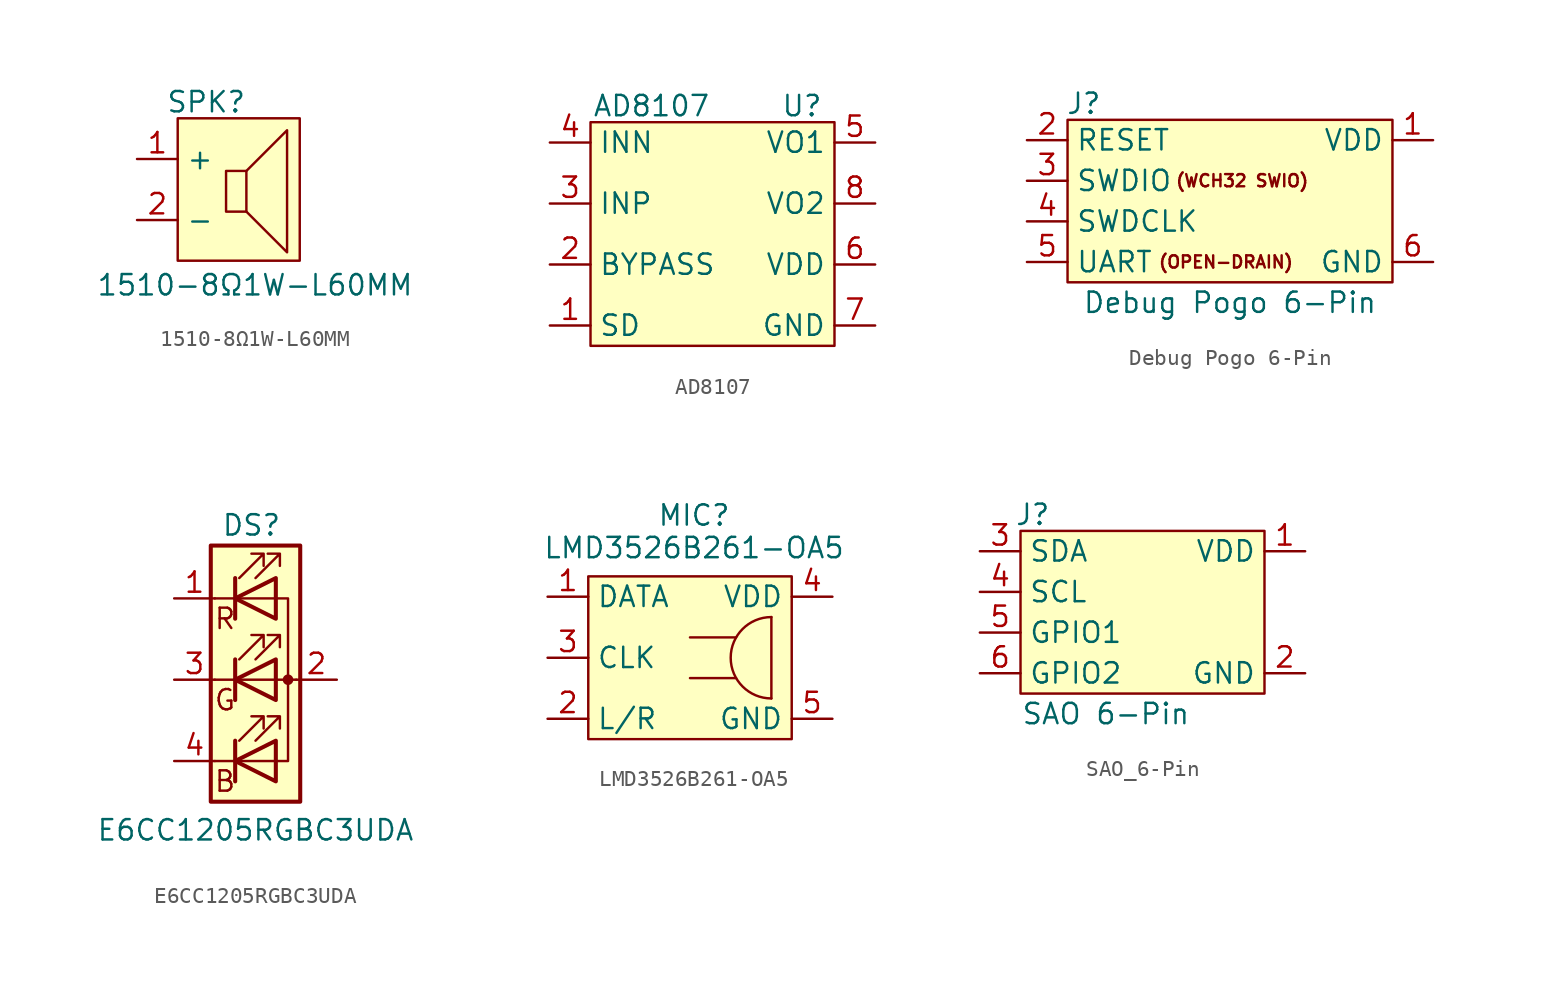
<source format=kicad_sym>
(kicad_symbol_lib
  (version 20241209)
  (generator "kicad_symbol_editor")
  (generator_version "9.0")
  (symbol "1510-8Ω1W-L60MM"
    (property "Reference" "SPK"
      (at -2.032 4.826 0)
      (effects (font (size 1.27 1.27))))
    (property "Value" "1510-8Ω1W-L60MM"
      (at 1.016 -6.604 0)
      (effects (font (size 1.27 1.27))))
    (symbol "1510-8Ω1W-L60MM_0_1"
      (polyline (pts (xy 0.478 0.524) (xy 3.018 3.064) (xy 3.018 -4.556) (xy 0.478 -2.016)) (stroke (width 0) (type default)) (fill (type none)))
      (polyline (pts (xy 0.478 0.524) (xy -0.791 0.524) (xy -0.791 -2.016) (xy 0.478 -2.016) (xy 0.478 0.524)) (stroke (width 0) (type default)) (fill (type none))))
    (symbol "1510-8Ω1W-L60MM_1_1"
      (rectangle (start -3.81 3.81) (end 3.81 -5.08) (stroke (width 0) (type solid)) (fill (type color) (color 255 255 194 1)))
      (pin input line (at -6.35 1.27 0) (length 2.54) (name "+" (effects (font (size 1.27 1.27)))) (number "1" (effects (font (size 1.27 1.27)))))
      (pin input line (at -6.35 -2.54 0) (length 2.54) (name "-" (effects (font (size 1.27 1.27)))) (number "2" (effects (font (size 1.27 1.27)))))))
  (symbol "AD8107"
    (property "Reference" "U"
      (at 5.588 7.366 0)
      (effects (font (size 1.27 1.27))))
    (property "Value" "AD8107"
      (at -3.81 7.366 0)
      (effects (font (size 1.27 1.27))))
    (symbol "AD8107_1_1"
      (rectangle (start -7.62 6.35) (end 7.62 -7.62) (stroke (width 0) (type solid)) (fill (type color) (color 255 255 194 1)))
      (pin input line (at -10.16 5.08 0) (length 2.54) (name "INN" (effects (font (size 1.27 1.27)))) (number "4" (effects (font (size 1.27 1.27)))))
      (pin passive line (at -10.16 1.27 0) (length 2.54) (name "INP" (effects (font (size 1.27 1.27)))) (number "3" (effects (font (size 1.27 1.27)))))
      (pin passive line (at -10.16 -2.54 0) (length 2.54) (name "BYPASS" (effects (font (size 1.27 1.27)))) (number "2" (effects (font (size 1.27 1.27)))))
      (pin input line (at -10.16 -6.35 0) (length 2.54) (name "SD" (effects (font (size 1.27 1.27)))) (number "1" (effects (font (size 1.27 1.27)))))
      (pin output line (at 10.16 5.08 180) (length 2.54) (name "VO1" (effects (font (size 1.27 1.27)))) (number "5" (effects (font (size 1.27 1.27)))))
      (pin output line (at 10.16 1.27 180) (length 2.54) (name "VO2" (effects (font (size 1.27 1.27)))) (number "8" (effects (font (size 1.27 1.27)))))
      (pin power_in line (at 10.16 -2.54 180) (length 2.54) (name "VDD" (effects (font (size 1.27 1.27)))) (number "6" (effects (font (size 1.27 1.27)))))
      (pin power_in line (at 10.16 -6.35 180) (length 2.54) (name "GND" (effects (font (size 1.27 1.27)))) (number "7" (effects (font (size 1.27 1.27)))))))
  (symbol "Debug Pogo 6-Pin"
    (property "Reference" "J"
      (at -9.144 6.096 0)
      (effects (font (size 1.27 1.27))))
    (property "Value" "Debug Pogo 6-Pin"
      (at 0 -6.35 0)
      (effects (font (size 1.27 1.27))))
    (symbol "Debug Pogo 6-Pin_1_1"
      (rectangle (start -10.16 5.08) (end 10.16 -5.08) (stroke (width 0) (type solid)) (fill (type color) (color 255 255 194 1)))
      (text "(OPEN-DRAIN)" (at -0.254 -3.81 0) (effects (font (size 0.762 0.762))))
      (text "(WCH32 SWIO)" (at 0.762 1.27 0) (effects (font (size 0.762 0.762))))
      (pin passive line (at -12.7 3.81 0) (length 2.54) (name "RESET" (effects (font (size 1.27 1.27)))) (number "2" (effects (font (size 1.27 1.27)))))
      (pin passive line (at -12.7 1.27 0) (length 2.54) (name "SWDIO" (effects (font (size 1.27 1.27)))) (number "3" (effects (font (size 1.27 1.27)))))
      (pin passive line (at -12.7 -1.27 0) (length 2.54) (name "SWDCLK" (effects (font (size 1.27 1.27)))) (number "4" (effects (font (size 1.27 1.27)))))
      (pin passive line (at -12.7 -3.81 0) (length 2.54) (name "UART" (effects (font (size 1.27 1.27)))) (number "5" (effects (font (size 1.27 1.27)))))
      (pin power_in line (at 12.7 3.81 180) (length 2.54) (name "VDD" (effects (font (size 1.27 1.27)))) (number "1" (effects (font (size 1.27 1.27)))))
      (pin power_in line (at 12.7 -3.81 180) (length 2.54) (name "GND" (effects (font (size 1.27 1.27)))) (number "6" (effects (font (size 1.27 1.27)))))))
  (symbol "E6CC1205RGBC3UDA"
    (pin_names
      (hide yes))
    (property "Reference" "DS"
      (at -0.254 9.652 0)
      (effects (font (size 1.27 1.27))))
    (property "Value" "E6CC1205RGBC3UDA"
      (at 0 -9.398 0)
      (effects (font (size 1.27 1.27))))
    (symbol "E6CC1205RGBC3UDA_0_0"
      (text "R" (at -1.905 3.81 0) (effects (font (size 1.27 1.27))))
      (text "G" (at -1.905 -1.27 0) (effects (font (size 1.27 1.27))))
      (text "B" (at -1.905 -6.35 0) (effects (font (size 1.27 1.27)))))
    (symbol "E6CC1205RGBC3UDA_0_1"
      (rectangle (start -2.794 8.382) (end 2.794 -7.62) (stroke (width 0.254) (type default)) (fill (type background)))
      (polyline (pts (xy -2.54 -5.08) (xy 1.27 -5.08)) (stroke (width 0) (type default)) (fill (type none)))
      (polyline (pts (xy -1.27 6.35) (xy -1.27 3.81)) (stroke (width 0.254) (type default)) (fill (type none)))
      (polyline (pts (xy -1.27 1.27) (xy -1.27 -1.27)) (stroke (width 0.254) (type default)) (fill (type none)))
      (polyline (pts (xy -1.27 -3.81) (xy -1.27 -6.35)) (stroke (width 0.254) (type default)) (fill (type none)))
      (polyline (pts (xy -1.016 6.35) (xy 0.508 7.874) (xy -0.254 7.874) (xy 0.508 7.874) (xy 0.508 7.112)) (stroke (width 0) (type default)) (fill (type none)))
      (polyline (pts (xy -1.016 1.27) (xy 0.508 2.794) (xy -0.254 2.794) (xy 0.508 2.794) (xy 0.508 2.032)) (stroke (width 0) (type default)) (fill (type none)))
      (polyline (pts (xy -1.016 -3.81) (xy 0.508 -2.286) (xy -0.254 -2.286) (xy 0.508 -2.286) (xy 0.508 -3.048)) (stroke (width 0) (type default)) (fill (type none)))
      (polyline (pts (xy 0 6.35) (xy 1.524 7.874) (xy 0.762 7.874) (xy 1.524 7.874) (xy 1.524 7.112)) (stroke (width 0) (type default)) (fill (type none)))
      (polyline (pts (xy 0 1.27) (xy 1.524 2.794) (xy 0.762 2.794) (xy 1.524 2.794) (xy 1.524 2.032)) (stroke (width 0) (type default)) (fill (type none)))
      (polyline (pts (xy 0 -3.81) (xy 1.524 -2.286) (xy 0.762 -2.286) (xy 1.524 -2.286) (xy 1.524 -3.048)) (stroke (width 0) (type default)) (fill (type none)))
      (polyline (pts (xy 1.27 6.35) (xy 1.27 3.81) (xy -1.27 5.08) (xy 1.27 6.35)) (stroke (width 0.254) (type default)) (fill (type none)))
      (rectangle (start 1.27 6.35) (end 1.27 6.35) (stroke (width 0) (type default)) (fill (type none)))
      (polyline (pts (xy 1.27 5.08) (xy -2.54 5.08)) (stroke (width 0) (type default)) (fill (type none)))
      (polyline (pts (xy 1.27 1.27) (xy 1.27 -1.27) (xy -1.27 0) (xy 1.27 1.27)) (stroke (width 0.254) (type default)) (fill (type none)))
      (polyline (pts (xy 1.27 -3.81) (xy 1.27 -6.35) (xy -1.27 -5.08) (xy 1.27 -3.81)) (stroke (width 0.254) (type default)) (fill (type none)))
      (polyline (pts (xy 1.27 -5.08) (xy 2.032 -5.08) (xy 2.032 5.08) (xy 1.27 5.08)) (stroke (width 0) (type default)) (fill (type none)))
      (circle (center 2.032 0) (radius 0.254) (stroke (width 0) (type default)) (fill (type outline)))
      (polyline (pts (xy 2.54 0) (xy -2.54 0)) (stroke (width 0) (type default)) (fill (type none))))
    (symbol "E6CC1205RGBC3UDA_1_1"
      (pin passive line (at -5.08 5.08 0) (length 2.54) (name "RK" (effects (font (size 1.27 1.27)))) (number "1" (effects (font (size 1.27 1.27)))))
      (pin passive line (at -5.08 0 0) (length 2.54) (name "GK" (effects (font (size 1.27 1.27)))) (number "3" (effects (font (size 1.27 1.27)))))
      (pin passive line (at -5.08 -5.08 0) (length 2.54) (name "BK" (effects (font (size 1.27 1.27)))) (number "4" (effects (font (size 1.27 1.27)))))
      (pin passive line (at 5.08 0 180) (length 2.54) (name "A" (effects (font (size 1.27 1.27)))) (number "2" (effects (font (size 1.27 1.27)))))))
  (symbol "LMD3526B261-OA5"
    (property "Reference" "MIC"
      (at 0.254 8.89 0)
      (effects (font (size 1.27 1.27))))
    (property "Value" "LMD3526B261-OA5"
      (at 0.254 6.858 0)
      (effects (font (size 1.27 1.27))))
    (symbol "LMD3526B261-OA5_0_1"
      (polyline (pts (xy 2.873 1.27) (xy 0 1.27)) (stroke (width 0) (type default)) (fill (type none)))
      (polyline (pts (xy 2.873 -1.27) (xy 0 -1.27)) (stroke (width 0) (type default)) (fill (type none)))
      (arc (start 5.08 -2.54) (mid 2.54 0) (end 5.08 2.54) (stroke (width 0) (type default)) (fill (type none)))
      (polyline (pts (xy 5.08 -2.54) (xy 5.08 2.54)) (stroke (width 0) (type default)) (fill (type none))))
    (symbol "LMD3526B261-OA5_1_1"
      (rectangle (start -6.35 5.08) (end 6.35 -5.08) (stroke (width 0) (type solid)) (fill (type color) (color 255 255 194 1)))
      (pin passive line (at -8.89 3.81 0) (length 2.54) (name "DATA" (effects (font (size 1.27 1.27)))) (number "1" (effects (font (size 1.27 1.27)))))
      (pin input line (at -8.89 0 0) (length 2.54) (name "CLK" (effects (font (size 1.27 1.27)))) (number "3" (effects (font (size 1.27 1.27)))))
      (pin input line (at -8.89 -3.81 0) (length 2.54) (name "L/R" (effects (font (size 1.27 1.27)))) (number "2" (effects (font (size 1.27 1.27)))))
      (pin power_in line (at 8.89 3.81 180) (length 2.54) (name "VDD" (effects (font (size 1.27 1.27)))) (number "4" (effects (font (size 1.27 1.27)))))
      (pin power_in line (at 8.89 -3.81 180) (length 2.54) (name "GND" (effects (font (size 1.27 1.27)))) (number "5" (effects (font (size 1.27 1.27)))))))
  (symbol "SAO_6-Pin"
    (property "Reference" "J"
      (at 0.762 -1.524 0)
      (effects (font (size 1.27 1.27))))
    (property "Value" "SAO 6-Pin"
      (at 5.334 -13.97 0)
      (effects (font (size 1.27 1.27))))
    (symbol "SAO_6-Pin_1_1"
      (rectangle (start 0 -2.54) (end 15.24 -12.7) (stroke (width 0) (type solid)) (fill (type color) (color 255 255 194 1)))
      (pin passive line (at -2.54 -3.81 0) (length 2.54) (name "SDA" (effects (font (size 1.27 1.27)))) (number "3" (effects (font (size 1.27 1.27)))))
      (pin passive line (at -2.54 -6.35 0) (length 2.54) (name "SCL" (effects (font (size 1.27 1.27)))) (number "4" (effects (font (size 1.27 1.27)))))
      (pin passive line (at -2.54 -8.89 0) (length 2.54) (name "GPIO1" (effects (font (size 1.27 1.27)))) (number "5" (effects (font (size 1.27 1.27)))))
      (pin passive line (at -2.54 -11.43 0) (length 2.54) (name "GPIO2" (effects (font (size 1.27 1.27)))) (number "6" (effects (font (size 1.27 1.27)))))
      (pin power_out line (at 17.78 -3.81 180) (length 2.54) (name "VDD" (effects (font (size 1.27 1.27)))) (number "1" (effects (font (size 1.27 1.27)))))
      (pin power_out line (at 17.78 -11.43 180) (length 2.54) (name "GND" (effects (font (size 1.27 1.27)))) (number "2" (effects (font (size 1.27 1.27))))))))
</source>
